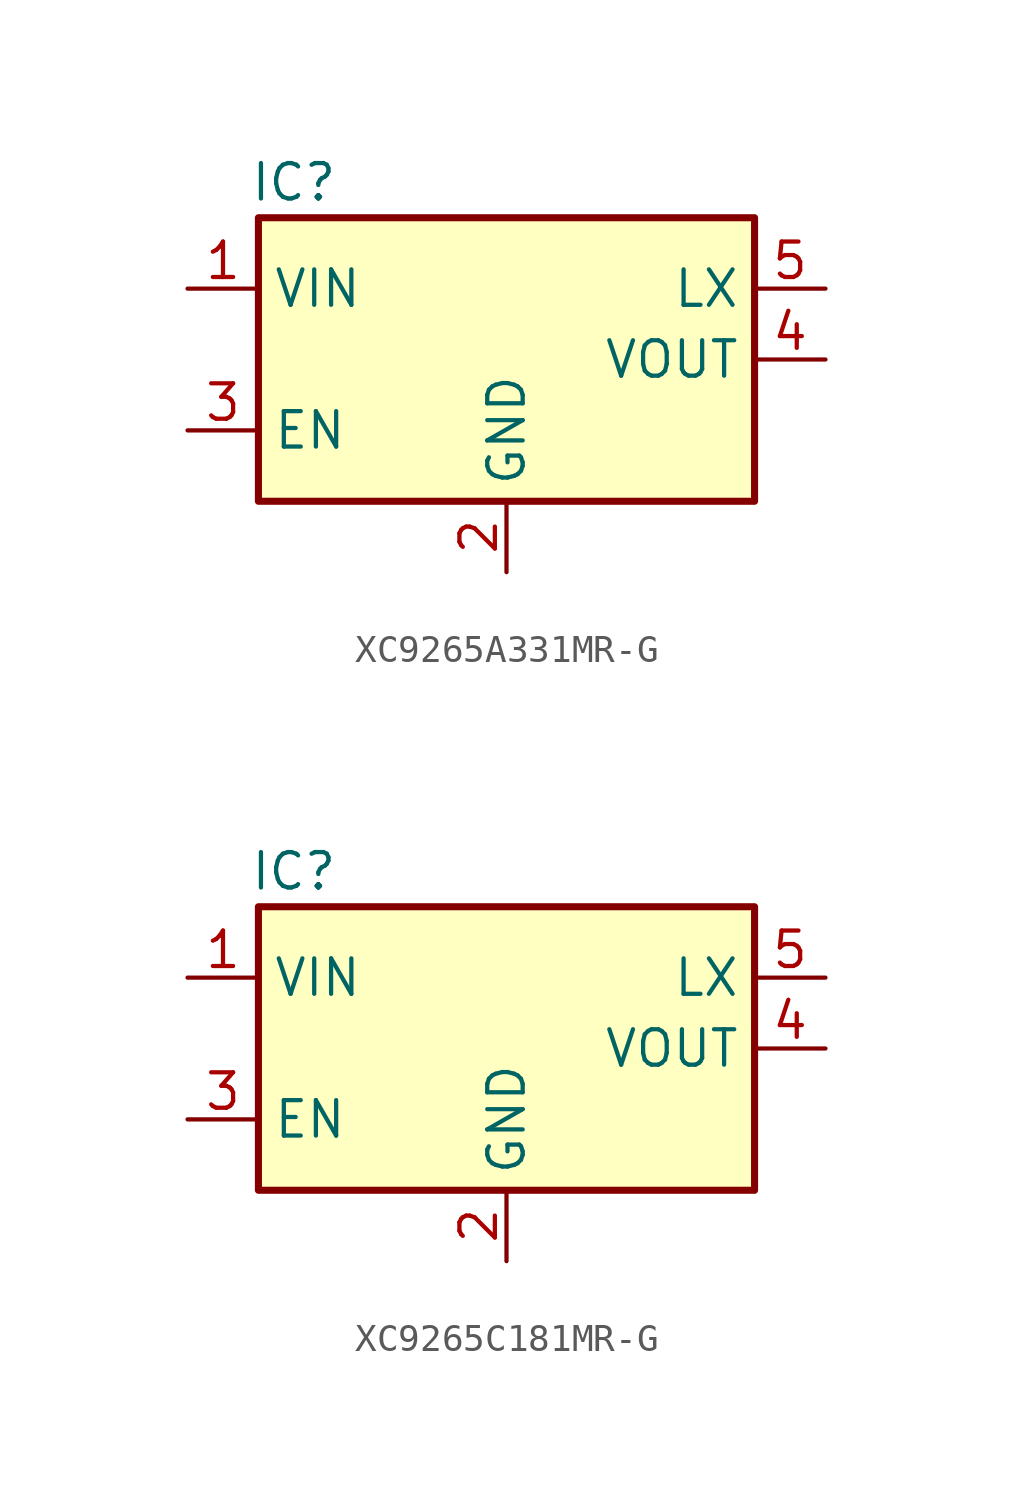
<source format=kicad_sym>
(kicad_symbol_lib
  (version 20220914)
  (generator kicad_symbol_editor)
  (symbol "XC9265A331MR-G"
    (property "Reference" "IC"
      (at -7.62 6.35 0)
      (effects (font (size 1.27 1.27))))
    (property "Value" ""
      (at 0 0 0)
      (effects (font (size 1.27 1.27))))
    (symbol "XC9265A331MR-G_1_0"
      (pin power_in line (at -11.43 2.54 0) (length 2.54) (name "VIN" (effects (font (size 1.27 1.27)))) (number "1" (effects (font (size 1.27 1.27)))))
      (pin power_in line (at 0 -7.62 90) (length 2.54) (name "GND" (effects (font (size 1.27 1.27)))) (number "2" (effects (font (size 1.27 1.27)))))
      (pin passive line (at -11.43 -2.54 0) (length 2.54) (name "EN" (effects (font (size 1.27 1.27)))) (number "3" (effects (font (size 1.27 1.27)))))
      (pin power_out line (at 11.43 0 180) (length 2.54) (name "VOUT" (effects (font (size 1.27 1.27)))) (number "4" (effects (font (size 1.27 1.27)))))
      (pin passive line (at 11.43 2.54 180) (length 2.54) (name "LX" (effects (font (size 1.27 1.27)))) (number "5" (effects (font (size 1.27 1.27))))))
    (symbol "XC9265A331MR-G_1_1"
      (polyline (pts (xy -8.89 5.08) (xy 8.89 5.08) (xy 8.89 -5.08) (xy -8.89 -5.08) (xy -8.89 5.08)) (stroke (width 0.254) (type default)) (fill (type background)))))
  (symbol "XC9265C181MR-G"
    (property "Reference" "IC"
      (at -7.62 6.35 0)
      (effects (font (size 1.27 1.27))))
    (property "Value" ""
      (at 0 0 0)
      (effects (font (size 1.27 1.27))))
    (symbol "XC9265C181MR-G_1_0"
      (pin power_in line (at -11.43 2.54 0) (length 2.54) (name "VIN" (effects (font (size 1.27 1.27)))) (number "1" (effects (font (size 1.27 1.27)))))
      (pin power_in line (at 0 -7.62 90) (length 2.54) (name "GND" (effects (font (size 1.27 1.27)))) (number "2" (effects (font (size 1.27 1.27)))))
      (pin passive line (at -11.43 -2.54 0) (length 2.54) (name "EN" (effects (font (size 1.27 1.27)))) (number "3" (effects (font (size 1.27 1.27)))))
      (pin power_out line (at 11.43 0 180) (length 2.54) (name "VOUT" (effects (font (size 1.27 1.27)))) (number "4" (effects (font (size 1.27 1.27)))))
      (pin passive line (at 11.43 2.54 180) (length 2.54) (name "LX" (effects (font (size 1.27 1.27)))) (number "5" (effects (font (size 1.27 1.27))))))
    (symbol "XC9265C181MR-G_1_1"
      (polyline (pts (xy -8.89 5.08) (xy 8.89 5.08) (xy 8.89 -5.08) (xy -8.89 -5.08) (xy -8.89 5.08)) (stroke (width 0.254) (type default)) (fill (type background))))))
</source>
